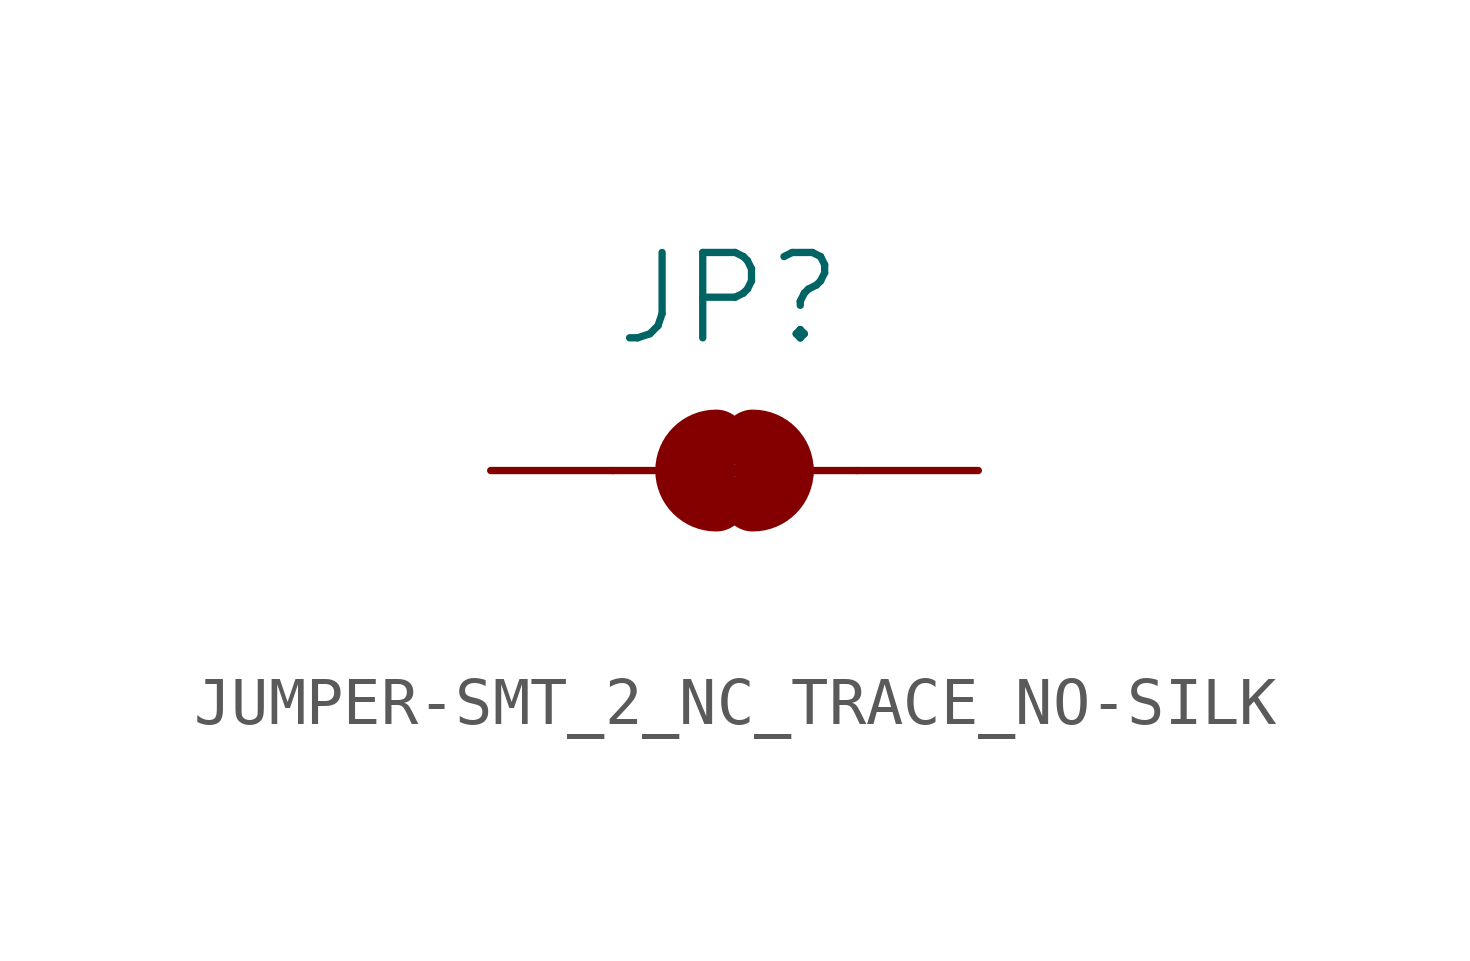
<source format=kicad_sym>
(kicad_symbol_lib
  (version 20220914)
  (generator kicad_symbol_editor)
  (symbol "JUMPER-SMT_2_NC_TRACE_NO-SILK"
    (property "Reference" "JP"
      (at -2.54 2.54 0)
      (effects (font (size 1.778 1.778)) (justify left bottom)))
    (property "Value" ""
      (at -2.54 -2.54 0)
      (effects (font (size 1.778 1.778)) (justify left top)))
    (property "ki_locked" ""
      (at 0 0 0)
      (effects (font (size 1.27 1.27))))
    (symbol "JUMPER-SMT_2_NC_TRACE_NO-SILK_1_0"
      (arc (start -0.3808 0.635) (mid -1.0159 0.0001) (end -0.381 -0.635) (stroke (width 1.27) (type solid)) (fill (type none)))
      (polyline (pts (xy -2.54 0) (xy -1.651 0)) (stroke (width 0.152) (type solid)) (fill (type none)))
      (polyline (pts (xy -0.762 0) (xy 1.016 0)) (stroke (width 0.254) (type solid)) (fill (type none)))
      (polyline (pts (xy 2.54 0) (xy 1.651 0)) (stroke (width 0.152) (type solid)) (fill (type none)))
      (arc (start 0.3809 -0.6351) (mid 0.83 -0.4491) (end 1.016 0) (stroke (width 1.27) (type solid)) (fill (type none)))
      (arc (start 1.0159 -0.0001) (mid 0.83 0.4489) (end 0.381 0.635) (stroke (width 1.27) (type solid)) (fill (type none)))
      (pin passive line (at -5.08 0 0) (length 2.54) (name "1" (effects (font (size 0 0)))) (number "1" (effects (font (size 0 0)))))
      (pin passive line (at 5.08 0 180) (length 2.54) (name "2" (effects (font (size 0 0)))) (number "2" (effects (font (size 0 0))))))))
</source>
